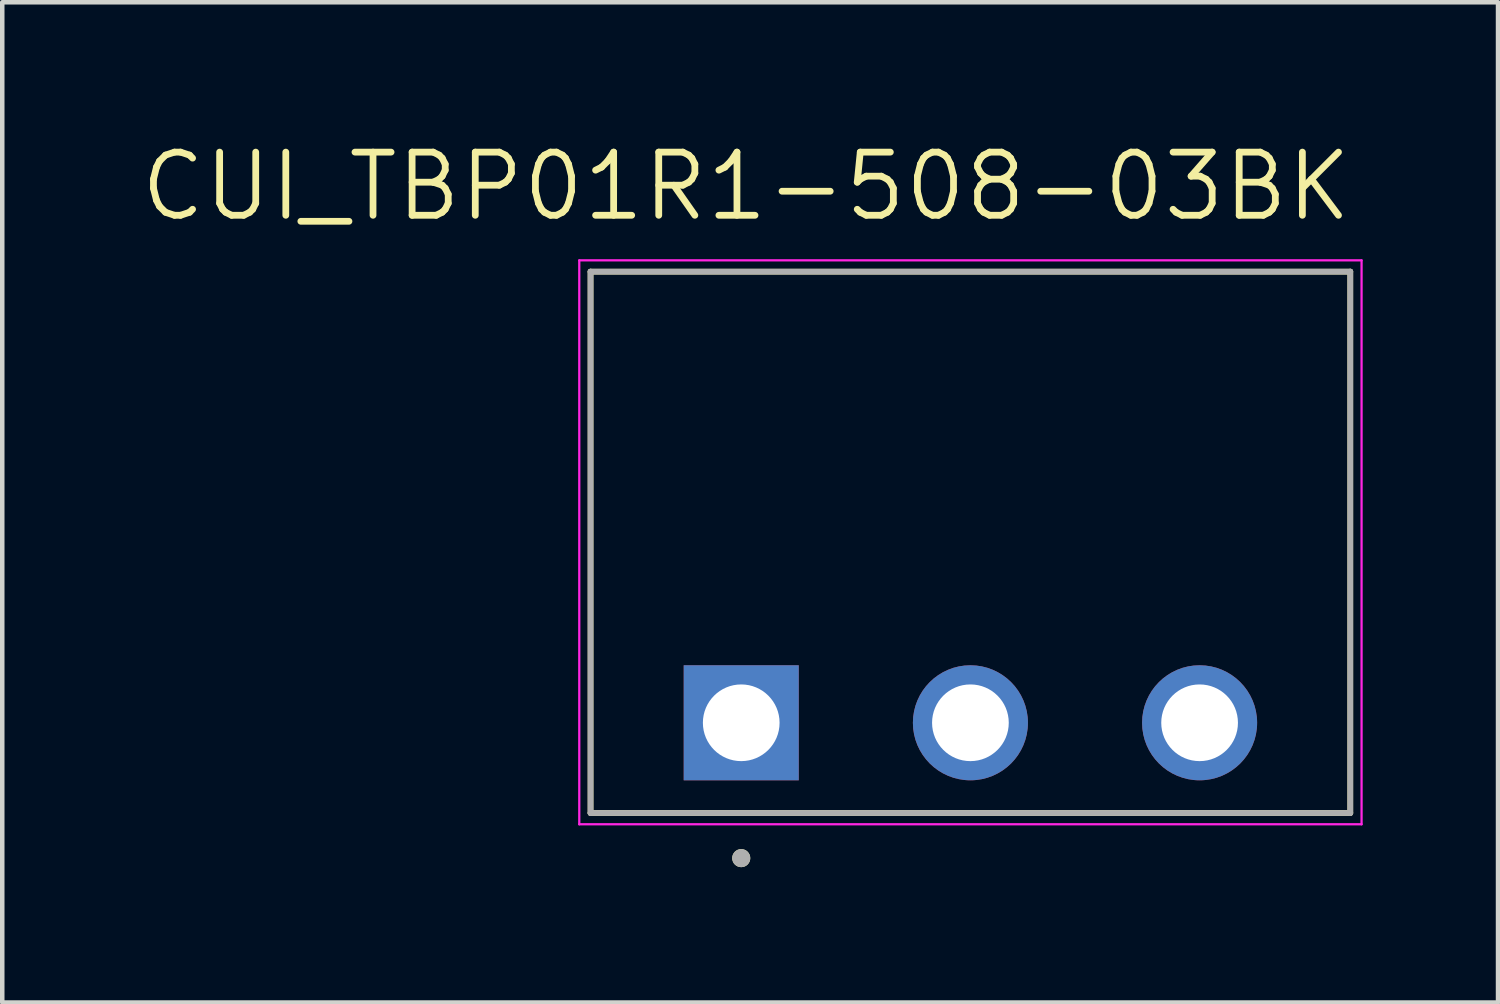
<source format=kicad_pcb>
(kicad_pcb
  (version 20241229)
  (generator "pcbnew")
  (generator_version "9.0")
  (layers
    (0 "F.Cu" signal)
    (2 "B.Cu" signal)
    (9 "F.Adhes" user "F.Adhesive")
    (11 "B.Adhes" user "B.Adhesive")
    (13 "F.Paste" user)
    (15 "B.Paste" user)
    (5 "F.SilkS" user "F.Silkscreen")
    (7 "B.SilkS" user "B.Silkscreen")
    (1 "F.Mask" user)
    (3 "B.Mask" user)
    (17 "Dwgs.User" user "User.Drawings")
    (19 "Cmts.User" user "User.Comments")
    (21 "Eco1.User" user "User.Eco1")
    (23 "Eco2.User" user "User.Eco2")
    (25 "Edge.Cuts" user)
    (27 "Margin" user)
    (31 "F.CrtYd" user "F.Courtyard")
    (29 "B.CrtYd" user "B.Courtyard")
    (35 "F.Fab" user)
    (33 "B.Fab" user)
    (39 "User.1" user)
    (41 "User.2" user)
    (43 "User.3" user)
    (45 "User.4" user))
  (footprint "CUI_TBP01R1-508-03BK"
    (layer "F.Cu")
    (at 13.38 12.971)
    (property "Reference" "CUI_TBP01R1-508-03BK" (at 0.105 -11.889 0) (layer "F.SilkS") (effects (font (size 1.4 1.4) (thickness 0.15))))
    (attr through_hole)
    (fp_line (start -3.34 -10) (end 13.5 -10) (stroke (width 0.127) (type solid)) (layer "F.SilkS"))
    (fp_line (start -3.34 2) (end -3.34 -10) (stroke (width 0.127) (type solid)) (layer "F.SilkS"))
    (fp_line (start 13.5 -10) (end 13.5 2) (stroke (width 0.127) (type solid)) (layer "F.SilkS"))
    (fp_line (start 13.5 2) (end -3.34 2) (stroke (width 0.127) (type solid)) (layer "F.SilkS"))
    (fp_circle (center 0 3) (end 0.1 3) (stroke (width 0.2) (type solid)) (fill no) (layer "F.SilkS"))
    (fp_line (start -3.59 -10.25) (end 13.75 -10.25) (stroke (width 0.05) (type solid)) (layer "F.CrtYd"))
    (fp_line (start -3.59 2.25) (end -3.59 -10.25) (stroke (width 0.05) (type solid)) (layer "F.CrtYd"))
    (fp_line (start 13.75 -10.25) (end 13.75 2.25) (stroke (width 0.05) (type solid)) (layer "F.CrtYd"))
    (fp_line (start 13.75 2.25) (end -3.59 2.25) (stroke (width 0.05) (type solid)) (layer "F.CrtYd"))
    (fp_line (start -3.34 -10) (end 13.5 -10) (stroke (width 0.127) (type solid)) (layer "F.Fab"))
    (fp_line (start -3.34 2) (end -3.34 -10) (stroke (width 0.127) (type solid)) (layer "F.Fab"))
    (fp_line (start 13.5 -10) (end 13.5 2) (stroke (width 0.127) (type solid)) (layer "F.Fab"))
    (fp_line (start 13.5 2) (end -3.34 2) (stroke (width 0.127) (type solid)) (layer "F.Fab"))
    (fp_circle (center 0 3) (end 0.1 3) (stroke (width 0.2) (type solid)) (fill no) (layer "F.Fab"))
    (pad "1" thru_hole rect (at 0 0) (size 2.55 2.55) (drill 1.7) (layers "*.Cu" "*.Mask"))
    (pad "2" thru_hole circle (at 5.08 0) (size 2.55 2.55) (drill 1.7) (layers "*.Cu" "*.Mask"))
    (pad "3" thru_hole circle (at 10.16 0) (size 2.55 2.55) (drill 1.7) (layers "*.Cu" "*.Mask")))
  (gr_rect
    (start -3 -3)
    (end 30.155 19.171)
    (stroke (width 0.1) (type default))
    (fill no)
    (layer "Edge.Cuts")))
</source>
